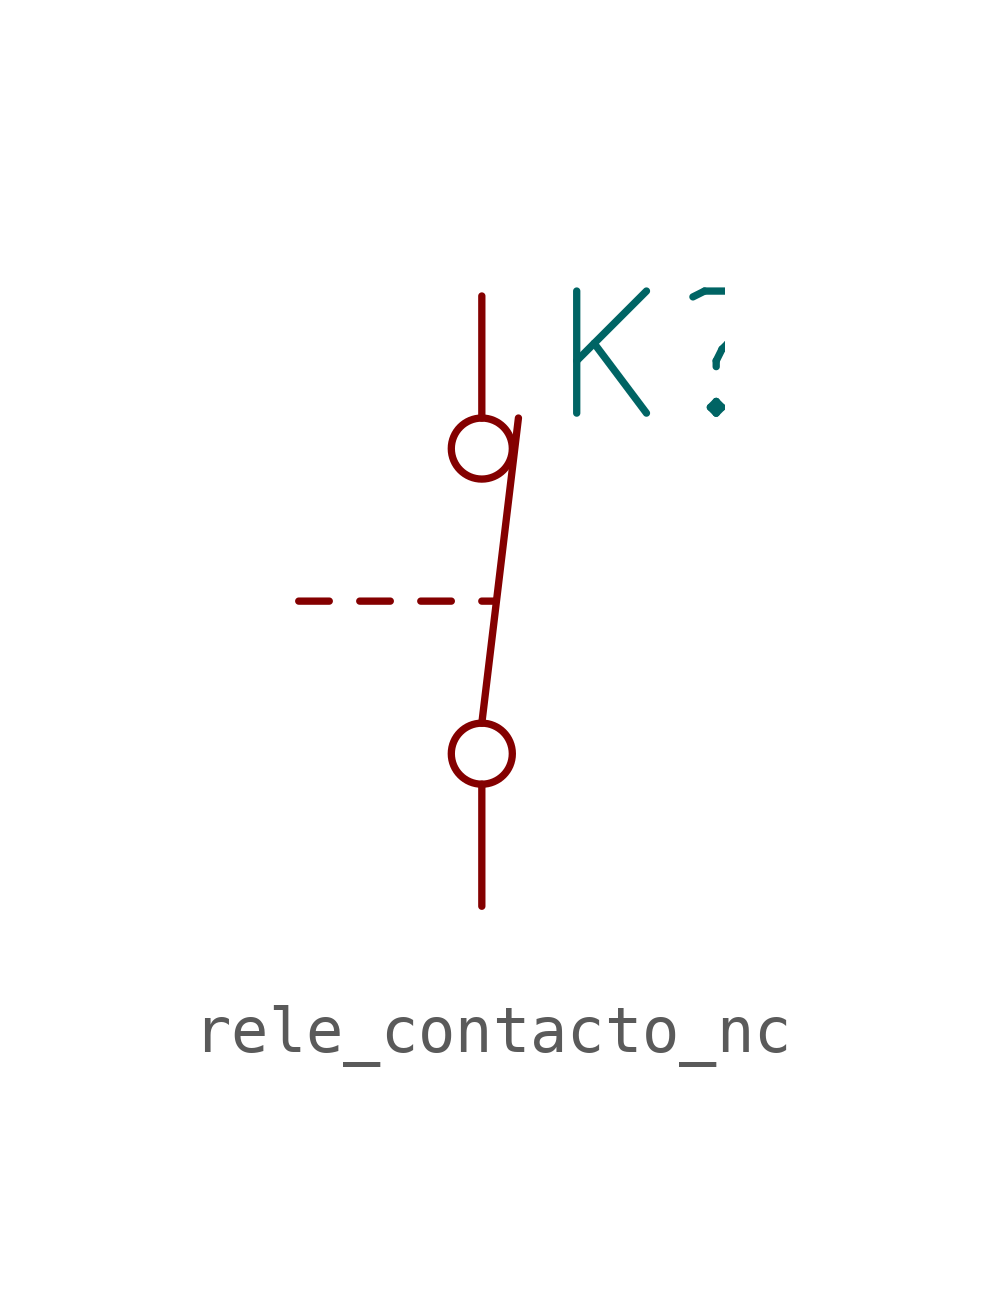
<source format=kicad_sym>
(kicad_symbol_lib
  (version 20211014)
  (generator kicad_symbol_editor)
  (symbol "rele_contacto_nc"
    (pin_names
      (offset 1.016))
    (property "Reference" "K"
      (at 1.27 -1.27 0)
      (effects (font (size 2.54 2.54)) (justify left)))
    (symbol "rele_contacto_nc_0_0"
      (polyline (pts (xy -3.81 -6.35) (xy -3.175 -6.35)) (stroke (width 0) (type default) (color 0 0 0 0)) (fill (type none)))
      (polyline (pts (xy -2.54 -6.35) (xy -1.905 -6.35)) (stroke (width 0) (type default) (color 0 0 0 0)) (fill (type none)))
      (polyline (pts (xy -1.27 -6.35) (xy -0.635 -6.35)) (stroke (width 0) (type default) (color 0 0 0 0)) (fill (type none))))
    (symbol "rele_contacto_nc_0_1"
      (polyline (pts (xy 0 -8.89) (xy 0.762 -2.54)) (stroke (width 0) (type default) (color 0 0 0 0)) (fill (type none)))
      (polyline (pts (xy 0 -6.35) (xy 0.254 -6.35)) (stroke (width 0) (type default) (color 0 0 0 0)) (fill (type none))))
    (symbol "rele_contacto_nc_1_0"
      (circle (center 0 -9.525) (radius 0.635) (stroke (width 0) (type default) (color 0 0 0 0)) (fill (type none)))
      (circle (center 0 -3.175) (radius 0.635) (stroke (width 0) (type default) (color 0 0 0 0)) (fill (type none))))
    (symbol "rele_contacto_nc_1_1"
      (pin input line (at 0 -12.7 90) (length 2.54) (name "~" (effects (font (size 1.27 1.27)))) (number "~" (effects (font (size 1.143 1.143)))))
      (pin input line (at 0 0 270) (length 2.54) (name "~" (effects (font (size 1.27 1.27)))) (number "~" (effects (font (size 1.143 1.143))))))))
</source>
